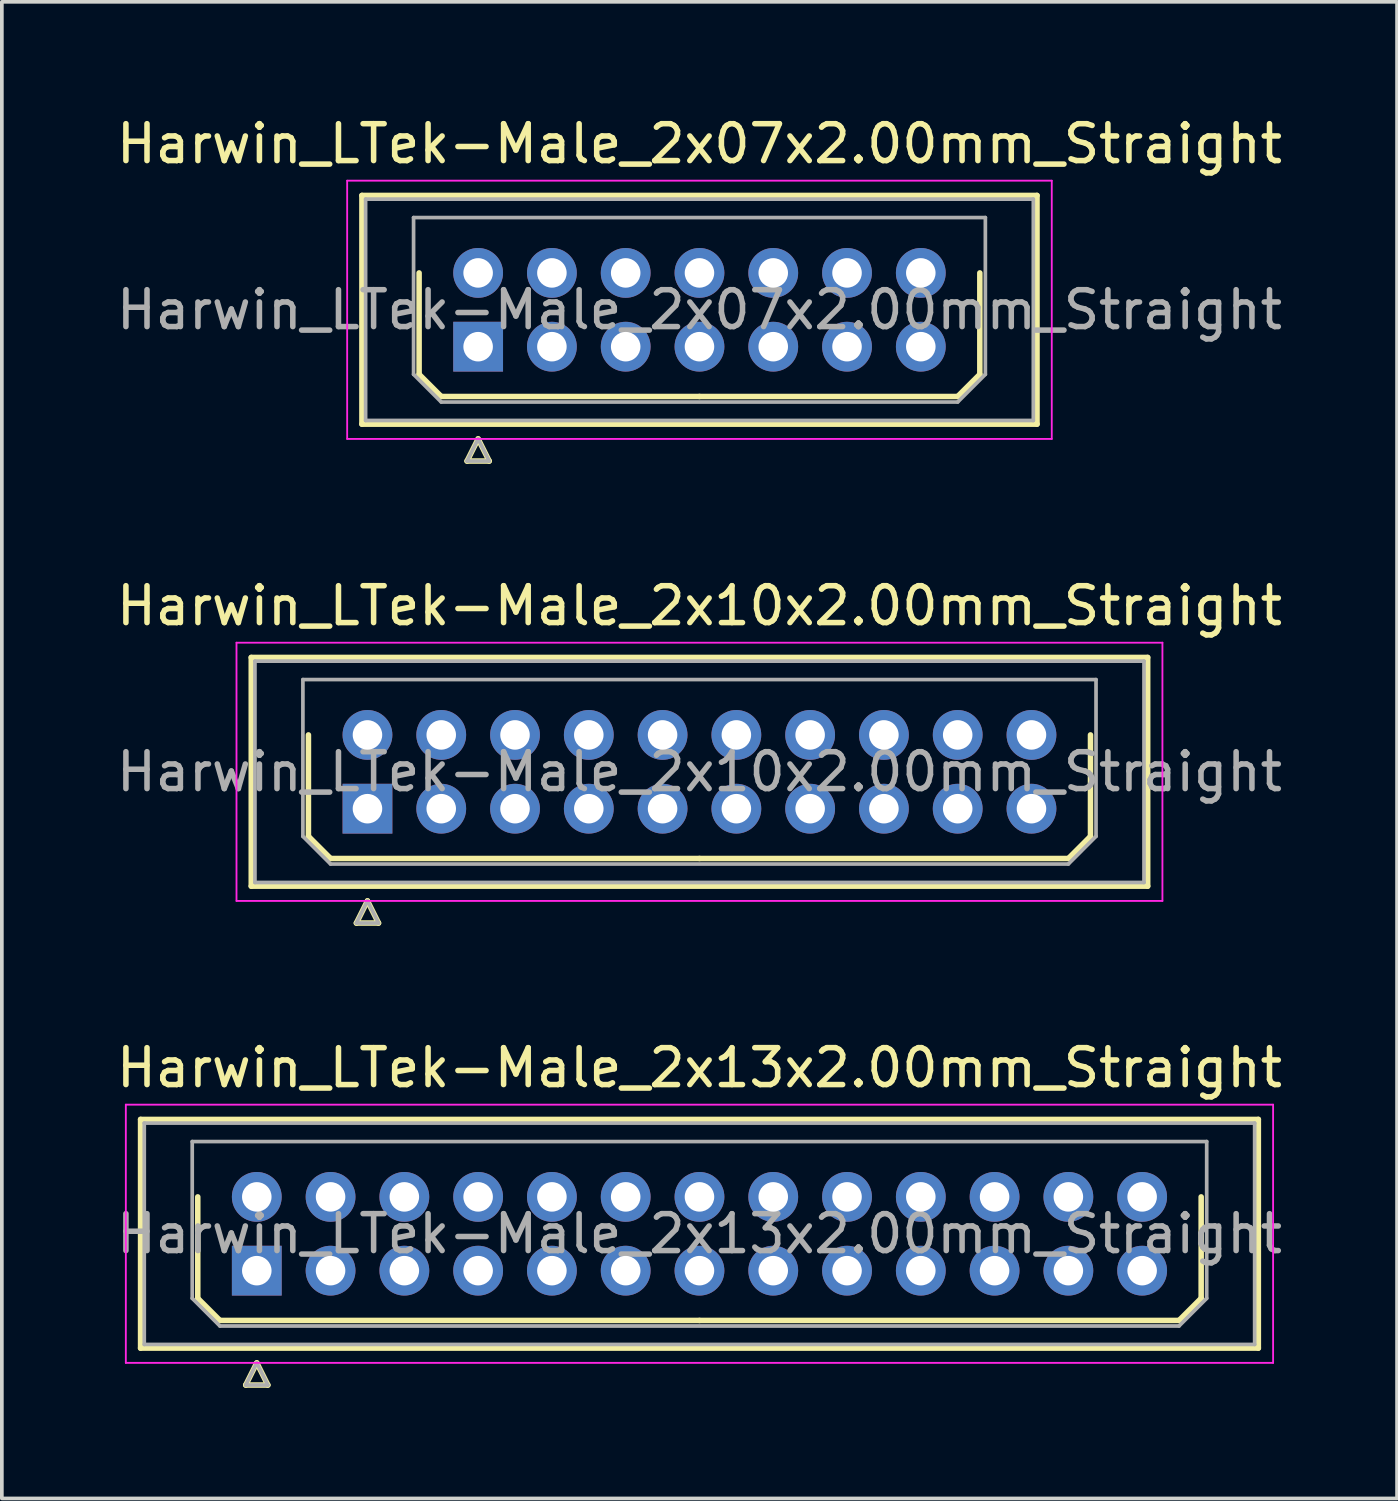
<source format=kicad_pcb>
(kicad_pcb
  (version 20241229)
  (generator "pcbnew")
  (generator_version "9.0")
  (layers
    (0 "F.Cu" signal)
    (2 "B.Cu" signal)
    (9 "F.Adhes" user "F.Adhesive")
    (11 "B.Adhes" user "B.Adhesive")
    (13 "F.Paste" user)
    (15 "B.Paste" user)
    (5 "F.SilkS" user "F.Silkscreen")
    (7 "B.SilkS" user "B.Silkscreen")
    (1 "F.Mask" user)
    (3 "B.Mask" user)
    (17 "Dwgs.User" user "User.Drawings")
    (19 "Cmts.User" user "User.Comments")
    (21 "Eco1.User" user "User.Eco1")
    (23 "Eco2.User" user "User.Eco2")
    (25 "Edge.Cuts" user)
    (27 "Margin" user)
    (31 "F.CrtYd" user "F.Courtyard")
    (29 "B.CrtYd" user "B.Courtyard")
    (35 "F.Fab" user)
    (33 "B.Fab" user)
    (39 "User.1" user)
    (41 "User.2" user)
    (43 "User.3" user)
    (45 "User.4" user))
  (footprint "Harwin_LTek-Male_2x13x2.00mm_Straight"
    (layer "F.Cu")
    (at 3.911 31.395)
    (property "Reference" "Harwin_LTek-Male_2x13x2.00mm_Straight" (at 12 -5.5 0) (layer "F.SilkS") (effects (font (size 1 1) (thickness 0.15))))
    (attr through_hole)
    (fp_line (start -3.15 -4.1) (end -3.15 2.1) (stroke (width 0.15) (type solid)) (layer "F.SilkS"))
    (fp_line (start -3.15 2.1) (end 27.15 2.1) (stroke (width 0.15) (type solid)) (layer "F.SilkS"))
    (fp_line (start -1.6 -2) (end -1.6 0.75) (stroke (width 0.15) (type solid)) (layer "F.SilkS"))
    (fp_line (start -1.6 0.75) (end -1 1.35) (stroke (width 0.15) (type solid)) (layer "F.SilkS"))
    (fp_line (start -1 1.35) (end 12 1.35) (stroke (width 0.15) (type solid)) (layer "F.SilkS"))
    (fp_line (start -0.3 3.1) (end 0.3 3.1) (stroke (width 0.15) (type solid)) (layer "F.SilkS"))
    (fp_line (start 0 2.5) (end -0.3 3.1) (stroke (width 0.15) (type solid)) (layer "F.SilkS"))
    (fp_line (start 0.3 3.1) (end 0 2.5) (stroke (width 0.15) (type solid)) (layer "F.SilkS"))
    (fp_line (start 25 1.35) (end 12 1.35) (stroke (width 0.15) (type solid)) (layer "F.SilkS"))
    (fp_line (start 25.6 -2) (end 25.6 0.75) (stroke (width 0.15) (type solid)) (layer "F.SilkS"))
    (fp_line (start 25.6 0.75) (end 25 1.35) (stroke (width 0.15) (type solid)) (layer "F.SilkS"))
    (fp_line (start 27.15 -4.1) (end -3.15 -4.1) (stroke (width 0.15) (type solid)) (layer "F.SilkS"))
    (fp_line (start 27.15 2.1) (end 27.15 -4.1) (stroke (width 0.15) (type solid)) (layer "F.SilkS"))
    (fp_line (start -3.55 -4.5) (end -3.55 2.5) (stroke (width 0.05) (type solid)) (layer "F.CrtYd"))
    (fp_line (start -3.55 2.5) (end 27.55 2.5) (stroke (width 0.05) (type solid)) (layer "F.CrtYd"))
    (fp_line (start 27.55 -4.5) (end -3.55 -4.5) (stroke (width 0.05) (type solid)) (layer "F.CrtYd"))
    (fp_line (start 27.55 2.5) (end 27.55 -4.5) (stroke (width 0.05) (type solid)) (layer "F.CrtYd"))
    (fp_line (start -3.05 -4) (end -3.05 2) (stroke (width 0.1) (type solid)) (layer "F.Fab"))
    (fp_line (start -3.05 2) (end 27.05 2) (stroke (width 0.1) (type solid)) (layer "F.Fab"))
    (fp_line (start -1.75 -3.5) (end 25.75 -3.5) (stroke (width 0.1) (type solid)) (layer "F.Fab"))
    (fp_line (start -1.75 0.75) (end -1.75 -3.5) (stroke (width 0.1) (type solid)) (layer "F.Fab"))
    (fp_line (start -1 1.5) (end -1.75 0.75) (stroke (width 0.1) (type solid)) (layer "F.Fab"))
    (fp_line (start -0.3 3.1) (end 0.3 3.1) (stroke (width 0.1) (type solid)) (layer "F.Fab"))
    (fp_line (start 0 2.5) (end -0.3 3.1) (stroke (width 0.1) (type solid)) (layer "F.Fab"))
    (fp_line (start 0.3 3.1) (end 0 2.5) (stroke (width 0.1) (type solid)) (layer "F.Fab"))
    (fp_line (start 25 1.5) (end -1 1.5) (stroke (width 0.1) (type solid)) (layer "F.Fab"))
    (fp_line (start 25.75 -3.5) (end 25.75 0.75) (stroke (width 0.1) (type solid)) (layer "F.Fab"))
    (fp_line (start 25.75 0.75) (end 25 1.5) (stroke (width 0.1) (type solid)) (layer "F.Fab"))
    (fp_line (start 27.05 -4) (end -3.05 -4) (stroke (width 0.1) (type solid)) (layer "F.Fab"))
    (fp_line (start 27.05 2) (end 27.05 -4) (stroke (width 0.1) (type solid)) (layer "F.Fab"))
    (fp_text user "${REFERENCE}" (at 12 -1 0) (layer "F.Fab") (effects (font (size 1 1) (thickness 0.15))))
    (pad "1" thru_hole rect (at 0 0) (size 1.35 1.35) (drill 0.8) (layers "*.Cu" "*.Mask"))
    (pad "2" thru_hole circle (at 2 0) (size 1.35 1.35) (drill 0.8) (layers "*.Cu" "*.Mask"))
    (pad "3" thru_hole circle (at 4 0) (size 1.35 1.35) (drill 0.8) (layers "*.Cu" "*.Mask"))
    (pad "4" thru_hole circle (at 6 0) (size 1.35 1.35) (drill 0.8) (layers "*.Cu" "*.Mask"))
    (pad "5" thru_hole circle (at 8 0) (size 1.35 1.35) (drill 0.8) (layers "*.Cu" "*.Mask"))
    (pad "6" thru_hole circle (at 10 0) (size 1.35 1.35) (drill 0.8) (layers "*.Cu" "*.Mask"))
    (pad "7" thru_hole circle (at 12 0) (size 1.35 1.35) (drill 0.8) (layers "*.Cu" "*.Mask"))
    (pad "8" thru_hole circle (at 14 0) (size 1.35 1.35) (drill 0.8) (layers "*.Cu" "*.Mask"))
    (pad "9" thru_hole circle (at 16 0) (size 1.35 1.35) (drill 0.8) (layers "*.Cu" "*.Mask"))
    (pad "10" thru_hole circle (at 18 0) (size 1.35 1.35) (drill 0.8) (layers "*.Cu" "*.Mask"))
    (pad "11" thru_hole circle (at 20 0) (size 1.35 1.35) (drill 0.8) (layers "*.Cu" "*.Mask"))
    (pad "12" thru_hole circle (at 22 0) (size 1.35 1.35) (drill 0.8) (layers "*.Cu" "*.Mask"))
    (pad "13" thru_hole circle (at 24 0) (size 1.35 1.35) (drill 0.8) (layers "*.Cu" "*.Mask"))
    (pad "14" thru_hole circle (at 0 -2) (size 1.35 1.35) (drill 0.8) (layers "*.Cu" "*.Mask"))
    (pad "15" thru_hole circle (at 2 -2) (size 1.35 1.35) (drill 0.8) (layers "*.Cu" "*.Mask"))
    (pad "16" thru_hole circle (at 4 -2) (size 1.35 1.35) (drill 0.8) (layers "*.Cu" "*.Mask"))
    (pad "17" thru_hole circle (at 6 -2) (size 1.35 1.35) (drill 0.8) (layers "*.Cu" "*.Mask"))
    (pad "18" thru_hole circle (at 8 -2) (size 1.35 1.35) (drill 0.8) (layers "*.Cu" "*.Mask"))
    (pad "19" thru_hole circle (at 10 -2) (size 1.35 1.35) (drill 0.8) (layers "*.Cu" "*.Mask"))
    (pad "20" thru_hole circle (at 12 -2) (size 1.35 1.35) (drill 0.8) (layers "*.Cu" "*.Mask"))
    (pad "21" thru_hole circle (at 14 -2) (size 1.35 1.35) (drill 0.8) (layers "*.Cu" "*.Mask"))
    (pad "22" thru_hole circle (at 16 -2) (size 1.35 1.35) (drill 0.8) (layers "*.Cu" "*.Mask"))
    (pad "23" thru_hole circle (at 18 -2) (size 1.35 1.35) (drill 0.8) (layers "*.Cu" "*.Mask"))
    (pad "24" thru_hole circle (at 20 -2) (size 1.35 1.35) (drill 0.8) (layers "*.Cu" "*.Mask"))
    (pad "25" thru_hole circle (at 22 -2) (size 1.35 1.35) (drill 0.8) (layers "*.Cu" "*.Mask"))
    (pad "26" thru_hole circle (at 24 -2) (size 1.35 1.35) (drill 0.8) (layers "*.Cu" "*.Mask")))
  (footprint "Harwin_LTek-Male_2x10x2.00mm_Straight"
    (layer "F.Cu")
    (at 6.911 18.872)
    (property "Reference" "Harwin_LTek-Male_2x10x2.00mm_Straight" (at 9 -5.5 0) (layer "F.SilkS") (effects (font (size 1 1) (thickness 0.15))))
    (attr through_hole)
    (fp_line (start -3.15 -4.1) (end -3.15 2.1) (stroke (width 0.15) (type solid)) (layer "F.SilkS"))
    (fp_line (start -3.15 2.1) (end 21.15 2.1) (stroke (width 0.15) (type solid)) (layer "F.SilkS"))
    (fp_line (start -1.6 -2) (end -1.6 0.75) (stroke (width 0.15) (type solid)) (layer "F.SilkS"))
    (fp_line (start -1.6 0.75) (end -1 1.35) (stroke (width 0.15) (type solid)) (layer "F.SilkS"))
    (fp_line (start -1 1.35) (end 9 1.35) (stroke (width 0.15) (type solid)) (layer "F.SilkS"))
    (fp_line (start -0.3 3.1) (end 0.3 3.1) (stroke (width 0.15) (type solid)) (layer "F.SilkS"))
    (fp_line (start 0 2.5) (end -0.3 3.1) (stroke (width 0.15) (type solid)) (layer "F.SilkS"))
    (fp_line (start 0.3 3.1) (end 0 2.5) (stroke (width 0.15) (type solid)) (layer "F.SilkS"))
    (fp_line (start 19 1.35) (end 9 1.35) (stroke (width 0.15) (type solid)) (layer "F.SilkS"))
    (fp_line (start 19.6 -2) (end 19.6 0.75) (stroke (width 0.15) (type solid)) (layer "F.SilkS"))
    (fp_line (start 19.6 0.75) (end 19 1.35) (stroke (width 0.15) (type solid)) (layer "F.SilkS"))
    (fp_line (start 21.15 -4.1) (end -3.15 -4.1) (stroke (width 0.15) (type solid)) (layer "F.SilkS"))
    (fp_line (start 21.15 2.1) (end 21.15 -4.1) (stroke (width 0.15) (type solid)) (layer "F.SilkS"))
    (fp_line (start -3.55 -4.5) (end -3.55 2.5) (stroke (width 0.05) (type solid)) (layer "F.CrtYd"))
    (fp_line (start -3.55 2.5) (end 21.55 2.5) (stroke (width 0.05) (type solid)) (layer "F.CrtYd"))
    (fp_line (start 21.55 -4.5) (end -3.55 -4.5) (stroke (width 0.05) (type solid)) (layer "F.CrtYd"))
    (fp_line (start 21.55 2.5) (end 21.55 -4.5) (stroke (width 0.05) (type solid)) (layer "F.CrtYd"))
    (fp_line (start -3.05 -4) (end -3.05 2) (stroke (width 0.1) (type solid)) (layer "F.Fab"))
    (fp_line (start -3.05 2) (end 21.05 2) (stroke (width 0.1) (type solid)) (layer "F.Fab"))
    (fp_line (start -1.75 -3.5) (end 19.75 -3.5) (stroke (width 0.1) (type solid)) (layer "F.Fab"))
    (fp_line (start -1.75 0.75) (end -1.75 -3.5) (stroke (width 0.1) (type solid)) (layer "F.Fab"))
    (fp_line (start -1 1.5) (end -1.75 0.75) (stroke (width 0.1) (type solid)) (layer "F.Fab"))
    (fp_line (start -0.3 3.1) (end 0.3 3.1) (stroke (width 0.1) (type solid)) (layer "F.Fab"))
    (fp_line (start 0 2.5) (end -0.3 3.1) (stroke (width 0.1) (type solid)) (layer "F.Fab"))
    (fp_line (start 0.3 3.1) (end 0 2.5) (stroke (width 0.1) (type solid)) (layer "F.Fab"))
    (fp_line (start 19 1.5) (end -1 1.5) (stroke (width 0.1) (type solid)) (layer "F.Fab"))
    (fp_line (start 19.75 -3.5) (end 19.75 0.75) (stroke (width 0.1) (type solid)) (layer "F.Fab"))
    (fp_line (start 19.75 0.75) (end 19 1.5) (stroke (width 0.1) (type solid)) (layer "F.Fab"))
    (fp_line (start 21.05 -4) (end -3.05 -4) (stroke (width 0.1) (type solid)) (layer "F.Fab"))
    (fp_line (start 21.05 2) (end 21.05 -4) (stroke (width 0.1) (type solid)) (layer "F.Fab"))
    (fp_text user "${REFERENCE}" (at 9 -1 0) (layer "F.Fab") (effects (font (size 1 1) (thickness 0.15))))
    (pad "1" thru_hole rect (at 0 0) (size 1.35 1.35) (drill 0.8) (layers "*.Cu" "*.Mask"))
    (pad "2" thru_hole circle (at 2 0) (size 1.35 1.35) (drill 0.8) (layers "*.Cu" "*.Mask"))
    (pad "3" thru_hole circle (at 4 0) (size 1.35 1.35) (drill 0.8) (layers "*.Cu" "*.Mask"))
    (pad "4" thru_hole circle (at 6 0) (size 1.35 1.35) (drill 0.8) (layers "*.Cu" "*.Mask"))
    (pad "5" thru_hole circle (at 8 0) (size 1.35 1.35) (drill 0.8) (layers "*.Cu" "*.Mask"))
    (pad "6" thru_hole circle (at 10 0) (size 1.35 1.35) (drill 0.8) (layers "*.Cu" "*.Mask"))
    (pad "7" thru_hole circle (at 12 0) (size 1.35 1.35) (drill 0.8) (layers "*.Cu" "*.Mask"))
    (pad "8" thru_hole circle (at 14 0) (size 1.35 1.35) (drill 0.8) (layers "*.Cu" "*.Mask"))
    (pad "9" thru_hole circle (at 16 0) (size 1.35 1.35) (drill 0.8) (layers "*.Cu" "*.Mask"))
    (pad "10" thru_hole circle (at 18 0) (size 1.35 1.35) (drill 0.8) (layers "*.Cu" "*.Mask"))
    (pad "11" thru_hole circle (at 0 -2) (size 1.35 1.35) (drill 0.8) (layers "*.Cu" "*.Mask"))
    (pad "12" thru_hole circle (at 2 -2) (size 1.35 1.35) (drill 0.8) (layers "*.Cu" "*.Mask"))
    (pad "13" thru_hole circle (at 4 -2) (size 1.35 1.35) (drill 0.8) (layers "*.Cu" "*.Mask"))
    (pad "14" thru_hole circle (at 6 -2) (size 1.35 1.35) (drill 0.8) (layers "*.Cu" "*.Mask"))
    (pad "15" thru_hole circle (at 8 -2) (size 1.35 1.35) (drill 0.8) (layers "*.Cu" "*.Mask"))
    (pad "16" thru_hole circle (at 10 -2) (size 1.35 1.35) (drill 0.8) (layers "*.Cu" "*.Mask"))
    (pad "17" thru_hole circle (at 12 -2) (size 1.35 1.35) (drill 0.8) (layers "*.Cu" "*.Mask"))
    (pad "18" thru_hole circle (at 14 -2) (size 1.35 1.35) (drill 0.8) (layers "*.Cu" "*.Mask"))
    (pad "19" thru_hole circle (at 16 -2) (size 1.35 1.35) (drill 0.8) (layers "*.Cu" "*.Mask"))
    (pad "20" thru_hole circle (at 18 -2) (size 1.35 1.35) (drill 0.8) (layers "*.Cu" "*.Mask")))
  (footprint "Harwin_LTek-Male_2x07x2.00mm_Straight"
    (layer "F.Cu")
    (at 9.911 6.348)
    (property "Reference" "Harwin_LTek-Male_2x07x2.00mm_Straight" (at 6 -5.5 0) (layer "F.SilkS") (effects (font (size 1 1) (thickness 0.15))))
    (attr through_hole)
    (fp_line (start -3.15 -4.1) (end -3.15 2.1) (stroke (width 0.15) (type solid)) (layer "F.SilkS"))
    (fp_line (start -3.15 2.1) (end 15.15 2.1) (stroke (width 0.15) (type solid)) (layer "F.SilkS"))
    (fp_line (start -1.6 -2) (end -1.6 0.75) (stroke (width 0.15) (type solid)) (layer "F.SilkS"))
    (fp_line (start -1.6 0.75) (end -1 1.35) (stroke (width 0.15) (type solid)) (layer "F.SilkS"))
    (fp_line (start -1 1.35) (end 6 1.35) (stroke (width 0.15) (type solid)) (layer "F.SilkS"))
    (fp_line (start -0.3 3.1) (end 0.3 3.1) (stroke (width 0.15) (type solid)) (layer "F.SilkS"))
    (fp_line (start 0 2.5) (end -0.3 3.1) (stroke (width 0.15) (type solid)) (layer "F.SilkS"))
    (fp_line (start 0.3 3.1) (end 0 2.5) (stroke (width 0.15) (type solid)) (layer "F.SilkS"))
    (fp_line (start 13 1.35) (end 6 1.35) (stroke (width 0.15) (type solid)) (layer "F.SilkS"))
    (fp_line (start 13.6 -2) (end 13.6 0.75) (stroke (width 0.15) (type solid)) (layer "F.SilkS"))
    (fp_line (start 13.6 0.75) (end 13 1.35) (stroke (width 0.15) (type solid)) (layer "F.SilkS"))
    (fp_line (start 15.15 -4.1) (end -3.15 -4.1) (stroke (width 0.15) (type solid)) (layer "F.SilkS"))
    (fp_line (start 15.15 2.1) (end 15.15 -4.1) (stroke (width 0.15) (type solid)) (layer "F.SilkS"))
    (fp_line (start -3.55 -4.5) (end -3.55 2.5) (stroke (width 0.05) (type solid)) (layer "F.CrtYd"))
    (fp_line (start -3.55 2.5) (end 15.55 2.5) (stroke (width 0.05) (type solid)) (layer "F.CrtYd"))
    (fp_line (start 15.55 -4.5) (end -3.55 -4.5) (stroke (width 0.05) (type solid)) (layer "F.CrtYd"))
    (fp_line (start 15.55 2.5) (end 15.55 -4.5) (stroke (width 0.05) (type solid)) (layer "F.CrtYd"))
    (fp_line (start -3.05 -4) (end -3.05 2) (stroke (width 0.1) (type solid)) (layer "F.Fab"))
    (fp_line (start -3.05 2) (end 15.05 2) (stroke (width 0.1) (type solid)) (layer "F.Fab"))
    (fp_line (start -1.75 -3.5) (end 13.75 -3.5) (stroke (width 0.1) (type solid)) (layer "F.Fab"))
    (fp_line (start -1.75 0.75) (end -1.75 -3.5) (stroke (width 0.1) (type solid)) (layer "F.Fab"))
    (fp_line (start -1 1.5) (end -1.75 0.75) (stroke (width 0.1) (type solid)) (layer "F.Fab"))
    (fp_line (start -0.3 3.1) (end 0.3 3.1) (stroke (width 0.1) (type solid)) (layer "F.Fab"))
    (fp_line (start 0 2.5) (end -0.3 3.1) (stroke (width 0.1) (type solid)) (layer "F.Fab"))
    (fp_line (start 0.3 3.1) (end 0 2.5) (stroke (width 0.1) (type solid)) (layer "F.Fab"))
    (fp_line (start 13 1.5) (end -1 1.5) (stroke (width 0.1) (type solid)) (layer "F.Fab"))
    (fp_line (start 13.75 -3.5) (end 13.75 0.75) (stroke (width 0.1) (type solid)) (layer "F.Fab"))
    (fp_line (start 13.75 0.75) (end 13 1.5) (stroke (width 0.1) (type solid)) (layer "F.Fab"))
    (fp_line (start 15.05 -4) (end -3.05 -4) (stroke (width 0.1) (type solid)) (layer "F.Fab"))
    (fp_line (start 15.05 2) (end 15.05 -4) (stroke (width 0.1) (type solid)) (layer "F.Fab"))
    (fp_text user "${REFERENCE}" (at 6 -1 0) (layer "F.Fab") (effects (font (size 1 1) (thickness 0.15))))
    (pad "1" thru_hole rect (at 0 0) (size 1.35 1.35) (drill 0.8) (layers "*.Cu" "*.Mask"))
    (pad "2" thru_hole circle (at 2 0) (size 1.35 1.35) (drill 0.8) (layers "*.Cu" "*.Mask"))
    (pad "3" thru_hole circle (at 4 0) (size 1.35 1.35) (drill 0.8) (layers "*.Cu" "*.Mask"))
    (pad "4" thru_hole circle (at 6 0) (size 1.35 1.35) (drill 0.8) (layers "*.Cu" "*.Mask"))
    (pad "5" thru_hole circle (at 8 0) (size 1.35 1.35) (drill 0.8) (layers "*.Cu" "*.Mask"))
    (pad "6" thru_hole circle (at 10 0) (size 1.35 1.35) (drill 0.8) (layers "*.Cu" "*.Mask"))
    (pad "7" thru_hole circle (at 12 0) (size 1.35 1.35) (drill 0.8) (layers "*.Cu" "*.Mask"))
    (pad "8" thru_hole circle (at 0 -2) (size 1.35 1.35) (drill 0.8) (layers "*.Cu" "*.Mask"))
    (pad "9" thru_hole circle (at 2 -2) (size 1.35 1.35) (drill 0.8) (layers "*.Cu" "*.Mask"))
    (pad "10" thru_hole circle (at 4 -2) (size 1.35 1.35) (drill 0.8) (layers "*.Cu" "*.Mask"))
    (pad "11" thru_hole circle (at 6 -2) (size 1.35 1.35) (drill 0.8) (layers "*.Cu" "*.Mask"))
    (pad "12" thru_hole circle (at 8 -2) (size 1.35 1.35) (drill 0.8) (layers "*.Cu" "*.Mask"))
    (pad "13" thru_hole circle (at 10 -2) (size 1.35 1.35) (drill 0.8) (layers "*.Cu" "*.Mask"))
    (pad "14" thru_hole circle (at 12 -2) (size 1.35 1.35) (drill 0.8) (layers "*.Cu" "*.Mask")))
  (gr_rect
    (start -3 -3)
    (end 34.821 37.57)
    (stroke (width 0.1) (type default))
    (fill no)
    (layer "Edge.Cuts")))
</source>
